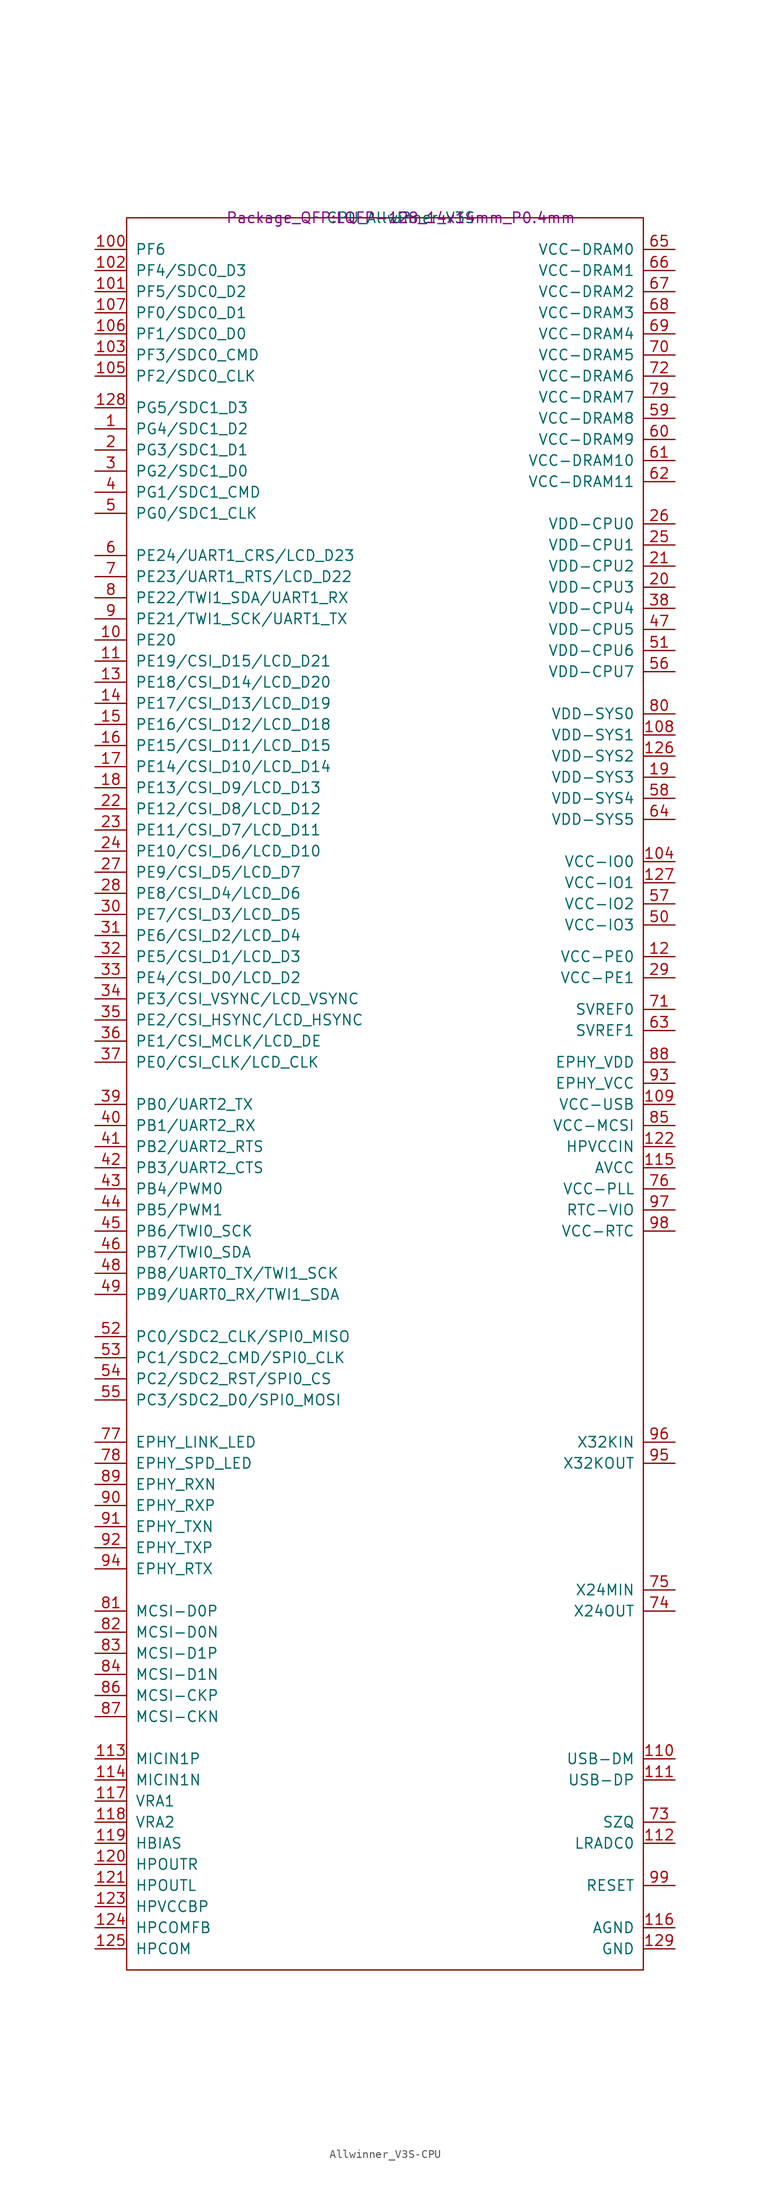
<source format=kicad_sym>
(kicad_symbol_lib
  (version 20220914)
  (generator kicad_symbol_editor)
  (symbol "Allwinner_V3S-CPU"
    (pin_names
      (offset 1.016))
    (property "Reference" "U"
      (at 0 0 0)
      (effects (font (size 1.27 1.27))))
    (property "Value" "CPU_Allwinner_V3S"
      (at 0 0 0)
      (effects (font (size 1.27 1.27))))
    (property "Footprint" "Package_QFP:LQFP-128_14x14mm_P0.4mm"
      (at 0 0 0)
      (effects (font (size 1.27 1.27))))
    (property "Datasheet" ""
      (at 0 0 0)
      (effects (font (size 1.27 1.27))))
    (symbol "Allwinner_V3S-CPU_0_1"
      (rectangle (start -33.02 0) (end 29.21 -210.82) (stroke (width 0) (type solid)) (fill (type none))))
    (symbol "Allwinner_V3S-CPU_1_1"
      (pin bidirectional line (at -36.83 -25.4 0) (length 3.81) (name "PG4/SDC1_D2" (effects (font (size 1.27 1.27)))) (number "1" (effects (font (size 1.27 1.27)))))
      (pin bidirectional line (at -36.83 -50.8 0) (length 3.81) (name "PE20" (effects (font (size 1.27 1.27)))) (number "10" (effects (font (size 1.27 1.27)))))
      (pin bidirectional line (at -36.83 -3.81 0) (length 3.81) (name "PF6" (effects (font (size 1.27 1.27)))) (number "100" (effects (font (size 1.27 1.27)))))
      (pin bidirectional line (at -36.83 -8.89 0) (length 3.81) (name "PF5/SDC0_D2" (effects (font (size 1.27 1.27)))) (number "101" (effects (font (size 1.27 1.27)))))
      (pin bidirectional line (at -36.83 -6.35 0) (length 3.81) (name "PF4/SDC0_D3" (effects (font (size 1.27 1.27)))) (number "102" (effects (font (size 1.27 1.27)))))
      (pin bidirectional line (at -36.83 -16.51 0) (length 3.81) (name "PF3/SDC0_CMD" (effects (font (size 1.27 1.27)))) (number "103" (effects (font (size 1.27 1.27)))))
      (pin power_in line (at 33.02 -77.47 180) (length 3.81) (name "VCC-IO0" (effects (font (size 1.27 1.27)))) (number "104" (effects (font (size 1.27 1.27)))))
      (pin bidirectional line (at -36.83 -19.05 0) (length 3.81) (name "PF2/SDC0_CLK" (effects (font (size 1.27 1.27)))) (number "105" (effects (font (size 1.27 1.27)))))
      (pin bidirectional line (at -36.83 -13.97 0) (length 3.81) (name "PF1/SDC0_D0" (effects (font (size 1.27 1.27)))) (number "106" (effects (font (size 1.27 1.27)))))
      (pin bidirectional line (at -36.83 -11.43 0) (length 3.81) (name "PF0/SDC0_D1" (effects (font (size 1.27 1.27)))) (number "107" (effects (font (size 1.27 1.27)))))
      (pin power_in line (at 33.02 -62.23 180) (length 3.81) (name "VDD-SYS1" (effects (font (size 1.27 1.27)))) (number "108" (effects (font (size 1.27 1.27)))))
      (pin power_in line (at 33.02 -106.68 180) (length 3.81) (name "VCC-USB" (effects (font (size 1.27 1.27)))) (number "109" (effects (font (size 1.27 1.27)))))
      (pin bidirectional line (at -36.83 -53.34 0) (length 3.81) (name "PE19/CSI_D15/LCD_D21" (effects (font (size 1.27 1.27)))) (number "11" (effects (font (size 1.27 1.27)))))
      (pin bidirectional line (at 33.02 -185.42 180) (length 3.81) (name "USB-DM" (effects (font (size 1.27 1.27)))) (number "110" (effects (font (size 1.27 1.27)))))
      (pin bidirectional line (at 33.02 -187.96 180) (length 3.81) (name "USB-DP" (effects (font (size 1.27 1.27)))) (number "111" (effects (font (size 1.27 1.27)))))
      (pin input line (at 33.02 -195.58 180) (length 3.81) (name "LRADC0" (effects (font (size 1.27 1.27)))) (number "112" (effects (font (size 1.27 1.27)))))
      (pin input line (at -36.83 -185.42 0) (length 3.81) (name "MICIN1P" (effects (font (size 1.27 1.27)))) (number "113" (effects (font (size 1.27 1.27)))))
      (pin input line (at -36.83 -187.96 0) (length 3.81) (name "MICIN1N" (effects (font (size 1.27 1.27)))) (number "114" (effects (font (size 1.27 1.27)))))
      (pin power_in line (at 33.02 -114.3 180) (length 3.81) (name "AVCC" (effects (font (size 1.27 1.27)))) (number "115" (effects (font (size 1.27 1.27)))))
      (pin power_in line (at 33.02 -205.74 180) (length 3.81) (name "AGND" (effects (font (size 1.27 1.27)))) (number "116" (effects (font (size 1.27 1.27)))))
      (pin bidirectional line (at -36.83 -190.5 0) (length 3.81) (name "VRA1" (effects (font (size 1.27 1.27)))) (number "117" (effects (font (size 1.27 1.27)))))
      (pin bidirectional line (at -36.83 -193.04 0) (length 3.81) (name "VRA2" (effects (font (size 1.27 1.27)))) (number "118" (effects (font (size 1.27 1.27)))))
      (pin bidirectional line (at -36.83 -195.58 0) (length 3.81) (name "HBIAS" (effects (font (size 1.27 1.27)))) (number "119" (effects (font (size 1.27 1.27)))))
      (pin power_in line (at 33.02 -88.9 180) (length 3.81) (name "VCC-PE0" (effects (font (size 1.27 1.27)))) (number "12" (effects (font (size 1.27 1.27)))))
      (pin output line (at -36.83 -198.12 0) (length 3.81) (name "HPOUTR" (effects (font (size 1.27 1.27)))) (number "120" (effects (font (size 1.27 1.27)))))
      (pin output line (at -36.83 -200.66 0) (length 3.81) (name "HPOUTL" (effects (font (size 1.27 1.27)))) (number "121" (effects (font (size 1.27 1.27)))))
      (pin power_in line (at 33.02 -111.76 180) (length 3.81) (name "HPVCCIN" (effects (font (size 1.27 1.27)))) (number "122" (effects (font (size 1.27 1.27)))))
      (pin bidirectional line (at -36.83 -203.2 0) (length 3.81) (name "HPVCCBP" (effects (font (size 1.27 1.27)))) (number "123" (effects (font (size 1.27 1.27)))))
      (pin bidirectional line (at -36.83 -205.74 0) (length 3.81) (name "HPCOMFB" (effects (font (size 1.27 1.27)))) (number "124" (effects (font (size 1.27 1.27)))))
      (pin bidirectional line (at -36.83 -208.28 0) (length 3.81) (name "HPCOM" (effects (font (size 1.27 1.27)))) (number "125" (effects (font (size 1.27 1.27)))))
      (pin power_in line (at 33.02 -64.77 180) (length 3.81) (name "VDD-SYS2" (effects (font (size 1.27 1.27)))) (number "126" (effects (font (size 1.27 1.27)))))
      (pin power_in line (at 33.02 -80.01 180) (length 3.81) (name "VCC-IO1" (effects (font (size 1.27 1.27)))) (number "127" (effects (font (size 1.27 1.27)))))
      (pin bidirectional line (at -36.83 -22.86 0) (length 3.81) (name "PG5/SDC1_D3" (effects (font (size 1.27 1.27)))) (number "128" (effects (font (size 1.27 1.27)))))
      (pin power_in line (at 33.02 -208.28 180) (length 3.81) (name "GND" (effects (font (size 1.27 1.27)))) (number "129" (effects (font (size 1.27 1.27)))))
      (pin bidirectional line (at -36.83 -55.88 0) (length 3.81) (name "PE18/CSI_D14/LCD_D20" (effects (font (size 1.27 1.27)))) (number "13" (effects (font (size 1.27 1.27)))))
      (pin bidirectional line (at -36.83 -58.42 0) (length 3.81) (name "PE17/CSI_D13/LCD_D19" (effects (font (size 1.27 1.27)))) (number "14" (effects (font (size 1.27 1.27)))))
      (pin bidirectional line (at -36.83 -60.96 0) (length 3.81) (name "PE16/CSI_D12/LCD_D18" (effects (font (size 1.27 1.27)))) (number "15" (effects (font (size 1.27 1.27)))))
      (pin bidirectional line (at -36.83 -63.5 0) (length 3.81) (name "PE15/CSI_D11/LCD_D15" (effects (font (size 1.27 1.27)))) (number "16" (effects (font (size 1.27 1.27)))))
      (pin bidirectional line (at -36.83 -66.04 0) (length 3.81) (name "PE14/CSI_D10/LCD_D14" (effects (font (size 1.27 1.27)))) (number "17" (effects (font (size 1.27 1.27)))))
      (pin bidirectional line (at -36.83 -68.58 0) (length 3.81) (name "PE13/CSI_D9/LCD_D13" (effects (font (size 1.27 1.27)))) (number "18" (effects (font (size 1.27 1.27)))))
      (pin power_in line (at 33.02 -67.31 180) (length 3.81) (name "VDD-SYS3" (effects (font (size 1.27 1.27)))) (number "19" (effects (font (size 1.27 1.27)))))
      (pin bidirectional line (at -36.83 -27.94 0) (length 3.81) (name "PG3/SDC1_D1" (effects (font (size 1.27 1.27)))) (number "2" (effects (font (size 1.27 1.27)))))
      (pin power_in line (at 33.02 -44.45 180) (length 3.81) (name "VDD-CPU3" (effects (font (size 1.27 1.27)))) (number "20" (effects (font (size 1.27 1.27)))))
      (pin power_in line (at 33.02 -41.91 180) (length 3.81) (name "VDD-CPU2" (effects (font (size 1.27 1.27)))) (number "21" (effects (font (size 1.27 1.27)))))
      (pin bidirectional line (at -36.83 -71.12 0) (length 3.81) (name "PE12/CSI_D8/LCD_D12" (effects (font (size 1.27 1.27)))) (number "22" (effects (font (size 1.27 1.27)))))
      (pin bidirectional line (at -36.83 -73.66 0) (length 3.81) (name "PE11/CSI_D7/LCD_D11" (effects (font (size 1.27 1.27)))) (number "23" (effects (font (size 1.27 1.27)))))
      (pin bidirectional line (at -36.83 -76.2 0) (length 3.81) (name "PE10/CSI_D6/LCD_D10" (effects (font (size 1.27 1.27)))) (number "24" (effects (font (size 1.27 1.27)))))
      (pin power_in line (at 33.02 -39.37 180) (length 3.81) (name "VDD-CPU1" (effects (font (size 1.27 1.27)))) (number "25" (effects (font (size 1.27 1.27)))))
      (pin power_in line (at 33.02 -36.83 180) (length 3.81) (name "VDD-CPU0" (effects (font (size 1.27 1.27)))) (number "26" (effects (font (size 1.27 1.27)))))
      (pin bidirectional line (at -36.83 -78.74 0) (length 3.81) (name "PE9/CSI_D5/LCD_D7" (effects (font (size 1.27 1.27)))) (number "27" (effects (font (size 1.27 1.27)))))
      (pin bidirectional line (at -36.83 -81.28 0) (length 3.81) (name "PE8/CSI_D4/LCD_D6" (effects (font (size 1.27 1.27)))) (number "28" (effects (font (size 1.27 1.27)))))
      (pin power_in line (at 33.02 -91.44 180) (length 3.81) (name "VCC-PE1" (effects (font (size 1.27 1.27)))) (number "29" (effects (font (size 1.27 1.27)))))
      (pin bidirectional line (at -36.83 -30.48 0) (length 3.81) (name "PG2/SDC1_D0" (effects (font (size 1.27 1.27)))) (number "3" (effects (font (size 1.27 1.27)))))
      (pin bidirectional line (at -36.83 -83.82 0) (length 3.81) (name "PE7/CSI_D3/LCD_D5" (effects (font (size 1.27 1.27)))) (number "30" (effects (font (size 1.27 1.27)))))
      (pin bidirectional line (at -36.83 -86.36 0) (length 3.81) (name "PE6/CSI_D2/LCD_D4" (effects (font (size 1.27 1.27)))) (number "31" (effects (font (size 1.27 1.27)))))
      (pin bidirectional line (at -36.83 -88.9 0) (length 3.81) (name "PE5/CSI_D1/LCD_D3" (effects (font (size 1.27 1.27)))) (number "32" (effects (font (size 1.27 1.27)))))
      (pin bidirectional line (at -36.83 -91.44 0) (length 3.81) (name "PE4/CSI_D0/LCD_D2" (effects (font (size 1.27 1.27)))) (number "33" (effects (font (size 1.27 1.27)))))
      (pin bidirectional line (at -36.83 -93.98 0) (length 3.81) (name "PE3/CSI_VSYNC/LCD_VSYNC" (effects (font (size 1.27 1.27)))) (number "34" (effects (font (size 1.27 1.27)))))
      (pin bidirectional line (at -36.83 -96.52 0) (length 3.81) (name "PE2/CSI_HSYNC/LCD_HSYNC" (effects (font (size 1.27 1.27)))) (number "35" (effects (font (size 1.27 1.27)))))
      (pin bidirectional line (at -36.83 -99.06 0) (length 3.81) (name "PE1/CSI_MCLK/LCD_DE" (effects (font (size 1.27 1.27)))) (number "36" (effects (font (size 1.27 1.27)))))
      (pin bidirectional line (at -36.83 -101.6 0) (length 3.81) (name "PE0/CSI_CLK/LCD_CLK" (effects (font (size 1.27 1.27)))) (number "37" (effects (font (size 1.27 1.27)))))
      (pin power_in line (at 33.02 -46.99 180) (length 3.81) (name "VDD-CPU4" (effects (font (size 1.27 1.27)))) (number "38" (effects (font (size 1.27 1.27)))))
      (pin bidirectional line (at -36.83 -106.68 0) (length 3.81) (name "PB0/UART2_TX" (effects (font (size 1.27 1.27)))) (number "39" (effects (font (size 1.27 1.27)))))
      (pin bidirectional line (at -36.83 -33.02 0) (length 3.81) (name "PG1/SDC1_CMD" (effects (font (size 1.27 1.27)))) (number "4" (effects (font (size 1.27 1.27)))))
      (pin bidirectional line (at -36.83 -109.22 0) (length 3.81) (name "PB1/UART2_RX" (effects (font (size 1.27 1.27)))) (number "40" (effects (font (size 1.27 1.27)))))
      (pin bidirectional line (at -36.83 -111.76 0) (length 3.81) (name "PB2/UART2_RTS" (effects (font (size 1.27 1.27)))) (number "41" (effects (font (size 1.27 1.27)))))
      (pin bidirectional line (at -36.83 -114.3 0) (length 3.81) (name "PB3/UART2_CTS" (effects (font (size 1.27 1.27)))) (number "42" (effects (font (size 1.27 1.27)))))
      (pin bidirectional line (at -36.83 -116.84 0) (length 3.81) (name "PB4/PWM0" (effects (font (size 1.27 1.27)))) (number "43" (effects (font (size 1.27 1.27)))))
      (pin bidirectional line (at -36.83 -119.38 0) (length 3.81) (name "PB5/PWM1" (effects (font (size 1.27 1.27)))) (number "44" (effects (font (size 1.27 1.27)))))
      (pin bidirectional line (at -36.83 -121.92 0) (length 3.81) (name "PB6/TWI0_SCK" (effects (font (size 1.27 1.27)))) (number "45" (effects (font (size 1.27 1.27)))))
      (pin bidirectional line (at -36.83 -124.46 0) (length 3.81) (name "PB7/TWI0_SDA" (effects (font (size 1.27 1.27)))) (number "46" (effects (font (size 1.27 1.27)))))
      (pin power_in line (at 33.02 -49.53 180) (length 3.81) (name "VDD-CPU5" (effects (font (size 1.27 1.27)))) (number "47" (effects (font (size 1.27 1.27)))))
      (pin bidirectional line (at -36.83 -127 0) (length 3.81) (name "PB8/UART0_TX/TWI1_SCK" (effects (font (size 1.27 1.27)))) (number "48" (effects (font (size 1.27 1.27)))))
      (pin bidirectional line (at -36.83 -129.54 0) (length 3.81) (name "PB9/UART0_RX/TWI1_SDA" (effects (font (size 1.27 1.27)))) (number "49" (effects (font (size 1.27 1.27)))))
      (pin bidirectional line (at -36.83 -35.56 0) (length 3.81) (name "PG0/SDC1_CLK" (effects (font (size 1.27 1.27)))) (number "5" (effects (font (size 1.27 1.27)))))
      (pin power_in line (at 33.02 -85.09 180) (length 3.81) (name "VCC-IO3" (effects (font (size 1.27 1.27)))) (number "50" (effects (font (size 1.27 1.27)))))
      (pin power_in line (at 33.02 -52.07 180) (length 3.81) (name "VDD-CPU6" (effects (font (size 1.27 1.27)))) (number "51" (effects (font (size 1.27 1.27)))))
      (pin bidirectional line (at -36.83 -134.62 0) (length 3.81) (name "PC0/SDC2_CLK/SPI0_MISO" (effects (font (size 1.27 1.27)))) (number "52" (effects (font (size 1.27 1.27)))))
      (pin bidirectional line (at -36.83 -137.16 0) (length 3.81) (name "PC1/SDC2_CMD/SPI0_CLK" (effects (font (size 1.27 1.27)))) (number "53" (effects (font (size 1.27 1.27)))))
      (pin bidirectional line (at -36.83 -139.7 0) (length 3.81) (name "PC2/SDC2_RST/SPI0_CS" (effects (font (size 1.27 1.27)))) (number "54" (effects (font (size 1.27 1.27)))))
      (pin bidirectional line (at -36.83 -142.24 0) (length 3.81) (name "PC3/SDC2_D0/SPI0_MOSI" (effects (font (size 1.27 1.27)))) (number "55" (effects (font (size 1.27 1.27)))))
      (pin power_in line (at 33.02 -54.61 180) (length 3.81) (name "VDD-CPU7" (effects (font (size 1.27 1.27)))) (number "56" (effects (font (size 1.27 1.27)))))
      (pin power_in line (at 33.02 -82.55 180) (length 3.81) (name "VCC-IO2" (effects (font (size 1.27 1.27)))) (number "57" (effects (font (size 1.27 1.27)))))
      (pin power_in line (at 33.02 -69.85 180) (length 3.81) (name "VDD-SYS4" (effects (font (size 1.27 1.27)))) (number "58" (effects (font (size 1.27 1.27)))))
      (pin power_in line (at 33.02 -24.13 180) (length 3.81) (name "VCC-DRAM8" (effects (font (size 1.27 1.27)))) (number "59" (effects (font (size 1.27 1.27)))))
      (pin bidirectional line (at -36.83 -40.64 0) (length 3.81) (name "PE24/UART1_CRS/LCD_D23" (effects (font (size 1.27 1.27)))) (number "6" (effects (font (size 1.27 1.27)))))
      (pin power_in line (at 33.02 -26.67 180) (length 3.81) (name "VCC-DRAM9" (effects (font (size 1.27 1.27)))) (number "60" (effects (font (size 1.27 1.27)))))
      (pin power_in line (at 33.02 -29.21 180) (length 3.81) (name "VCC-DRAM10" (effects (font (size 1.27 1.27)))) (number "61" (effects (font (size 1.27 1.27)))))
      (pin power_in line (at 33.02 -31.75 180) (length 3.81) (name "VCC-DRAM11" (effects (font (size 1.27 1.27)))) (number "62" (effects (font (size 1.27 1.27)))))
      (pin bidirectional line (at 33.02 -97.79 180) (length 3.81) (name "SVREF1" (effects (font (size 1.27 1.27)))) (number "63" (effects (font (size 1.27 1.27)))))
      (pin power_in line (at 33.02 -72.39 180) (length 3.81) (name "VDD-SYS5" (effects (font (size 1.27 1.27)))) (number "64" (effects (font (size 1.27 1.27)))))
      (pin power_in line (at 33.02 -3.81 180) (length 3.81) (name "VCC-DRAM0" (effects (font (size 1.27 1.27)))) (number "65" (effects (font (size 1.27 1.27)))))
      (pin power_in line (at 33.02 -6.35 180) (length 3.81) (name "VCC-DRAM1" (effects (font (size 1.27 1.27)))) (number "66" (effects (font (size 1.27 1.27)))))
      (pin power_in line (at 33.02 -8.89 180) (length 3.81) (name "VCC-DRAM2" (effects (font (size 1.27 1.27)))) (number "67" (effects (font (size 1.27 1.27)))))
      (pin power_in line (at 33.02 -11.43 180) (length 3.81) (name "VCC-DRAM3" (effects (font (size 1.27 1.27)))) (number "68" (effects (font (size 1.27 1.27)))))
      (pin power_in line (at 33.02 -13.97 180) (length 3.81) (name "VCC-DRAM4" (effects (font (size 1.27 1.27)))) (number "69" (effects (font (size 1.27 1.27)))))
      (pin bidirectional line (at -36.83 -43.18 0) (length 3.81) (name "PE23/UART1_RTS/LCD_D22" (effects (font (size 1.27 1.27)))) (number "7" (effects (font (size 1.27 1.27)))))
      (pin power_in line (at 33.02 -16.51 180) (length 3.81) (name "VCC-DRAM5" (effects (font (size 1.27 1.27)))) (number "70" (effects (font (size 1.27 1.27)))))
      (pin bidirectional line (at 33.02 -95.25 180) (length 3.81) (name "SVREF0" (effects (font (size 1.27 1.27)))) (number "71" (effects (font (size 1.27 1.27)))))
      (pin power_in line (at 33.02 -19.05 180) (length 3.81) (name "VCC-DRAM6" (effects (font (size 1.27 1.27)))) (number "72" (effects (font (size 1.27 1.27)))))
      (pin bidirectional line (at 33.02 -193.04 180) (length 3.81) (name "SZQ" (effects (font (size 1.27 1.27)))) (number "73" (effects (font (size 1.27 1.27)))))
      (pin output line (at 33.02 -167.64 180) (length 3.81) (name "X24OUT" (effects (font (size 1.27 1.27)))) (number "74" (effects (font (size 1.27 1.27)))))
      (pin input line (at 33.02 -165.1 180) (length 3.81) (name "X24MIN" (effects (font (size 1.27 1.27)))) (number "75" (effects (font (size 1.27 1.27)))))
      (pin power_in line (at 33.02 -116.84 180) (length 3.81) (name "VCC-PLL" (effects (font (size 1.27 1.27)))) (number "76" (effects (font (size 1.27 1.27)))))
      (pin bidirectional line (at -36.83 -147.32 0) (length 3.81) (name "EPHY_LINK_LED" (effects (font (size 1.27 1.27)))) (number "77" (effects (font (size 1.27 1.27)))))
      (pin bidirectional line (at -36.83 -149.86 0) (length 3.81) (name "EPHY_SPD_LED" (effects (font (size 1.27 1.27)))) (number "78" (effects (font (size 1.27 1.27)))))
      (pin power_in line (at 33.02 -21.59 180) (length 3.81) (name "VCC-DRAM7" (effects (font (size 1.27 1.27)))) (number "79" (effects (font (size 1.27 1.27)))))
      (pin bidirectional line (at -36.83 -45.72 0) (length 3.81) (name "PE22/TWI1_SDA/UART1_RX" (effects (font (size 1.27 1.27)))) (number "8" (effects (font (size 1.27 1.27)))))
      (pin power_in line (at 33.02 -59.69 180) (length 3.81) (name "VDD-SYS0" (effects (font (size 1.27 1.27)))) (number "80" (effects (font (size 1.27 1.27)))))
      (pin bidirectional line (at -36.83 -167.64 0) (length 3.81) (name "MCSI-D0P" (effects (font (size 1.27 1.27)))) (number "81" (effects (font (size 1.27 1.27)))))
      (pin bidirectional line (at -36.83 -170.18 0) (length 3.81) (name "MCSI-D0N" (effects (font (size 1.27 1.27)))) (number "82" (effects (font (size 1.27 1.27)))))
      (pin bidirectional line (at -36.83 -172.72 0) (length 3.81) (name "MCSI-D1P" (effects (font (size 1.27 1.27)))) (number "83" (effects (font (size 1.27 1.27)))))
      (pin bidirectional line (at -36.83 -175.26 0) (length 3.81) (name "MCSI-D1N" (effects (font (size 1.27 1.27)))) (number "84" (effects (font (size 1.27 1.27)))))
      (pin power_in line (at 33.02 -109.22 180) (length 3.81) (name "VCC-MCSI" (effects (font (size 1.27 1.27)))) (number "85" (effects (font (size 1.27 1.27)))))
      (pin bidirectional line (at -36.83 -177.8 0) (length 3.81) (name "MCSI-CKP" (effects (font (size 1.27 1.27)))) (number "86" (effects (font (size 1.27 1.27)))))
      (pin bidirectional line (at -36.83 -180.34 0) (length 3.81) (name "MCSI-CKN" (effects (font (size 1.27 1.27)))) (number "87" (effects (font (size 1.27 1.27)))))
      (pin power_in line (at 33.02 -101.6 180) (length 3.81) (name "EPHY_VDD" (effects (font (size 1.27 1.27)))) (number "88" (effects (font (size 1.27 1.27)))))
      (pin bidirectional line (at -36.83 -152.4 0) (length 3.81) (name "EPHY_RXN" (effects (font (size 1.27 1.27)))) (number "89" (effects (font (size 1.27 1.27)))))
      (pin bidirectional line (at -36.83 -48.26 0) (length 3.81) (name "PE21/TWI1_SCK/UART1_TX" (effects (font (size 1.27 1.27)))) (number "9" (effects (font (size 1.27 1.27)))))
      (pin bidirectional line (at -36.83 -154.94 0) (length 3.81) (name "EPHY_RXP" (effects (font (size 1.27 1.27)))) (number "90" (effects (font (size 1.27 1.27)))))
      (pin bidirectional line (at -36.83 -157.48 0) (length 3.81) (name "EPHY_TXN" (effects (font (size 1.27 1.27)))) (number "91" (effects (font (size 1.27 1.27)))))
      (pin bidirectional line (at -36.83 -160.02 0) (length 3.81) (name "EPHY_TXP" (effects (font (size 1.27 1.27)))) (number "92" (effects (font (size 1.27 1.27)))))
      (pin power_in line (at 33.02 -104.14 180) (length 3.81) (name "EPHY_VCC" (effects (font (size 1.27 1.27)))) (number "93" (effects (font (size 1.27 1.27)))))
      (pin bidirectional line (at -36.83 -162.56 0) (length 3.81) (name "EPHY_RTX" (effects (font (size 1.27 1.27)))) (number "94" (effects (font (size 1.27 1.27)))))
      (pin output line (at 33.02 -149.86 180) (length 3.81) (name "X32KOUT" (effects (font (size 1.27 1.27)))) (number "95" (effects (font (size 1.27 1.27)))))
      (pin input line (at 33.02 -147.32 180) (length 3.81) (name "X32KIN" (effects (font (size 1.27 1.27)))) (number "96" (effects (font (size 1.27 1.27)))))
      (pin power_in line (at 33.02 -119.38 180) (length 3.81) (name "RTC-VIO" (effects (font (size 1.27 1.27)))) (number "97" (effects (font (size 1.27 1.27)))))
      (pin power_in line (at 33.02 -121.92 180) (length 3.81) (name "VCC-RTC" (effects (font (size 1.27 1.27)))) (number "98" (effects (font (size 1.27 1.27)))))
      (pin input line (at 33.02 -200.66 180) (length 3.81) (name "RESET" (effects (font (size 1.27 1.27)))) (number "99" (effects (font (size 1.27 1.27))))))))
</source>
